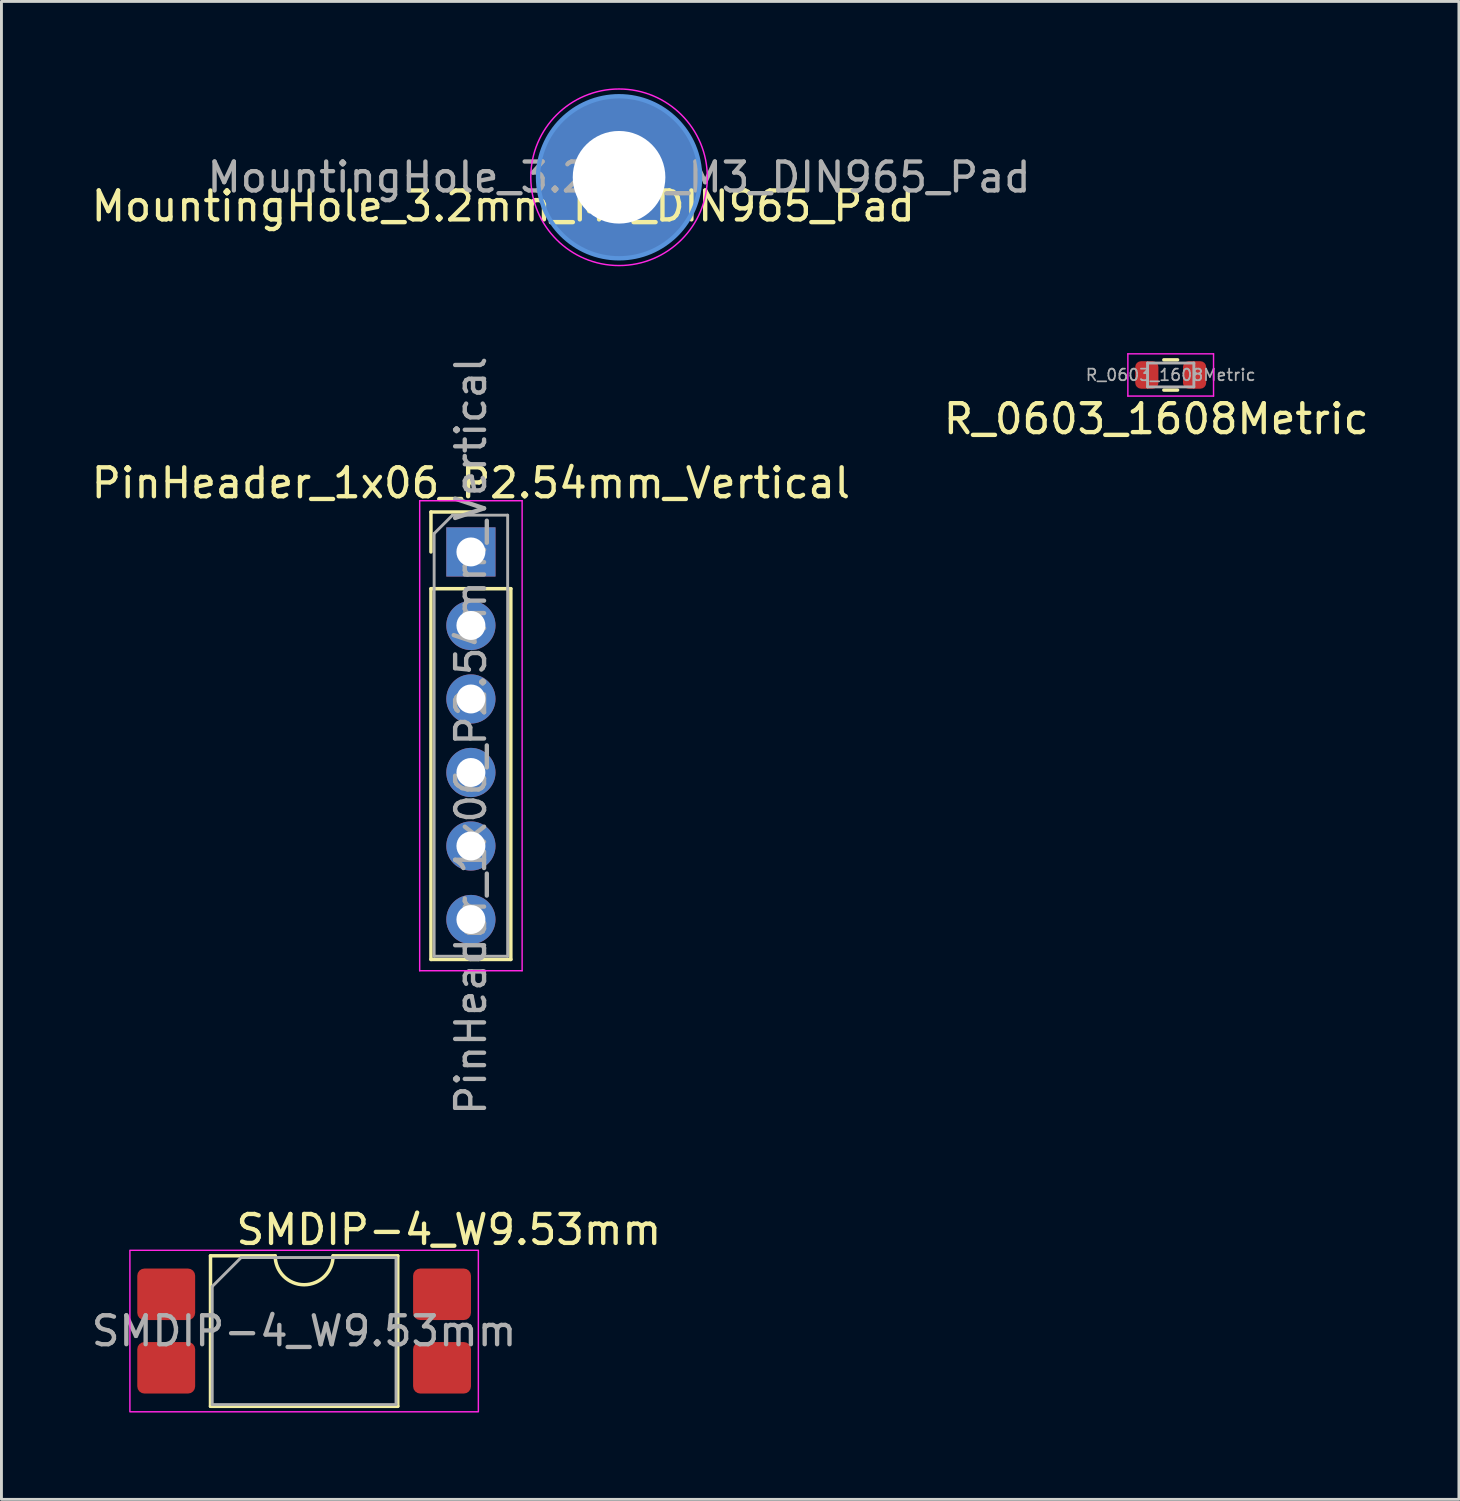
<source format=kicad_pcb>
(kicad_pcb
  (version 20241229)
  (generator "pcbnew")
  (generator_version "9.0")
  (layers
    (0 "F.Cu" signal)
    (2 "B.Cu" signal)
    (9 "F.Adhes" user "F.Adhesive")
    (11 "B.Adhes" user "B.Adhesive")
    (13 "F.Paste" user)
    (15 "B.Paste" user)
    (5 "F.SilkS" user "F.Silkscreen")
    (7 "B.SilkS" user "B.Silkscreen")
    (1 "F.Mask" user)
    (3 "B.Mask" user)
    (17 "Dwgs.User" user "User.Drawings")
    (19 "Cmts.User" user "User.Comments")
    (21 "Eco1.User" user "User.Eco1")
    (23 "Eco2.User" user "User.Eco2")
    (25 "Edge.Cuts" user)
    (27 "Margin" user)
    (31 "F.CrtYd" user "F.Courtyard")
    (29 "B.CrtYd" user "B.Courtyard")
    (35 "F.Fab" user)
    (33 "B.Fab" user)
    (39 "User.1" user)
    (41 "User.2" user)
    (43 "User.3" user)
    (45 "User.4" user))
  (footprint "SMDIP-4_W9.53mm"
    (layer "F.Cu")
    (at 7.458 42.939)
    (property "Reference" "SMDIP-4_W9.53mm" (at 5 -3.5 0) (layer "F.SilkS") (effects (font (size 1 1) (thickness 0.15))))
    (attr smd)
    (fp_line (start -3.235 -2.6) (end -3.235 2.6) (stroke (width 0.12) (type solid)) (layer "F.SilkS"))
    (fp_line (start -3.235 2.6) (end 3.235 2.6) (stroke (width 0.12) (type solid)) (layer "F.SilkS"))
    (fp_line (start -1 -2.6) (end -3.235 -2.6) (stroke (width 0.12) (type solid)) (layer "F.SilkS"))
    (fp_line (start 3.235 -2.6) (end 1 -2.6) (stroke (width 0.12) (type solid)) (layer "F.SilkS"))
    (fp_line (start 3.235 2.6) (end 3.235 -2.6) (stroke (width 0.12) (type solid)) (layer "F.SilkS"))
    (fp_arc (start 1 -2.6) (mid 0 -1.6) (end -1 -2.6) (stroke (width 0.12) (type solid)) (layer "F.SilkS"))
    (fp_rect (start -6.02 -2.79) (end 6.02 2.79) (stroke (width 0.05) (type solid)) (fill no) (layer "F.CrtYd"))
    (fp_line (start -3.175 -1.54) (end -2.175 -2.54) (stroke (width 0.1) (type solid)) (layer "F.Fab"))
    (fp_line (start -3.175 2.54) (end -3.175 -1.54) (stroke (width 0.1) (type solid)) (layer "F.Fab"))
    (fp_line (start -2.175 -2.54) (end 3.175 -2.54) (stroke (width 0.1) (type solid)) (layer "F.Fab"))
    (fp_line (start 3.175 -2.54) (end 3.175 2.54) (stroke (width 0.1) (type solid)) (layer "F.Fab"))
    (fp_line (start 3.175 2.54) (end -3.175 2.54) (stroke (width 0.1) (type solid)) (layer "F.Fab"))
    (fp_text user "${REFERENCE}" (at 0 0 0) (layer "F.Fab") (effects (font (size 1 1) (thickness 0.15))))
    (pad "1" smd roundrect (at -4.765 -1.27) (size 2 1.78) (layers "F.Cu" "F.Mask" "F.Paste") (roundrect_rratio 0.14))
    (pad "2" smd roundrect (at -4.765 1.27) (size 2 1.78) (layers "F.Cu" "F.Mask" "F.Paste") (roundrect_rratio 0.14))
    (pad "3" smd roundrect (at 4.765 1.27) (size 2 1.78) (layers "F.Cu" "F.Mask" "F.Paste") (roundrect_rratio 0.14))
    (pad "4" smd roundrect (at 4.765 -1.27) (size 2 1.78) (layers "F.Cu" "F.Mask" "F.Paste") (roundrect_rratio 0.14)))
  (footprint "MountingHole_3.2mm_M3_DIN965_Pad"
    (layer "F.Cu")
    (at 18.339 3.075)
    (property "Reference" "MountingHole_3.2mm_M3_DIN965_Pad" (at -4 1 0) (layer "F.SilkS") (effects (font (size 1 1) (thickness 0.15))))
    (attr exclude_from_pos_files exclude_from_bom)
    (fp_circle (center 0 0) (end 2.8 0) (stroke (width 0.15) (type solid)) (fill no) (layer "Cmts.User"))
    (fp_circle (center 0 0) (end 3.05 0) (stroke (width 0.05) (type solid)) (fill no) (layer "F.CrtYd"))
    (fp_text user "${REFERENCE}" (at 0 0 0) (layer "F.Fab") (effects (font (size 1 1) (thickness 0.15))))
    (pad "1" thru_hole circle (at 0 0) (size 5.6 5.6) (drill 3.2) (layers "*.Cu" "*.Mask")))
  (footprint "PinHeader_1x06_P2.54mm_Vertical"
    (layer "F.Cu")
    (at 13.22 16.02)
    (property "Reference" "PinHeader_1x06_P2.54mm_Vertical" (at 0 -2.38 0) (layer "F.SilkS") (effects (font (size 1 1) (thickness 0.15))))
    (attr through_hole)
    (fp_line (start -1.38 -1.38) (end 0 -1.38) (stroke (width 0.12) (type solid)) (layer "F.SilkS"))
    (fp_line (start -1.38 0) (end -1.38 -1.38) (stroke (width 0.12) (type solid)) (layer "F.SilkS"))
    (fp_line (start -1.38 1.27) (end -1.38 14.08) (stroke (width 0.12) (type solid)) (layer "F.SilkS"))
    (fp_line (start -1.38 1.27) (end 1.38 1.27) (stroke (width 0.12) (type solid)) (layer "F.SilkS"))
    (fp_line (start -1.38 14.08) (end 1.38 14.08) (stroke (width 0.12) (type solid)) (layer "F.SilkS"))
    (fp_line (start 1.38 1.27) (end 1.38 14.08) (stroke (width 0.12) (type solid)) (layer "F.SilkS"))
    (fp_line (start -1.77 -1.77) (end -1.77 14.47) (stroke (width 0.05) (type solid)) (layer "F.CrtYd"))
    (fp_line (start -1.77 14.47) (end 1.77 14.47) (stroke (width 0.05) (type solid)) (layer "F.CrtYd"))
    (fp_line (start 1.77 -1.77) (end -1.77 -1.77) (stroke (width 0.05) (type solid)) (layer "F.CrtYd"))
    (fp_line (start 1.77 14.47) (end 1.77 -1.77) (stroke (width 0.05) (type solid)) (layer "F.CrtYd"))
    (fp_line (start -1.27 -0.635) (end -0.635 -1.27) (stroke (width 0.1) (type solid)) (layer "F.Fab"))
    (fp_line (start -1.27 13.97) (end -1.27 -0.635) (stroke (width 0.1) (type solid)) (layer "F.Fab"))
    (fp_line (start -0.635 -1.27) (end 1.27 -1.27) (stroke (width 0.1) (type solid)) (layer "F.Fab"))
    (fp_line (start 1.27 -1.27) (end 1.27 13.97) (stroke (width 0.1) (type solid)) (layer "F.Fab"))
    (fp_line (start 1.27 13.97) (end -1.27 13.97) (stroke (width 0.1) (type solid)) (layer "F.Fab"))
    (fp_text user "${REFERENCE}" (at 0 6.35 90) (layer "F.Fab") (effects (font (size 1 1) (thickness 0.15))))
    (pad "1" thru_hole rect (at 0 0) (size 1.7 1.7) (drill 1) (layers "*.Cu" "*.Mask"))
    (pad "2" thru_hole circle (at 0 2.54) (size 1.7 1.7) (drill 1) (layers "*.Cu" "*.Mask"))
    (pad "3" thru_hole circle (at 0 5.08) (size 1.7 1.7) (drill 1) (layers "*.Cu" "*.Mask"))
    (pad "4" thru_hole circle (at 0 7.62) (size 1.7 1.7) (drill 1) (layers "*.Cu" "*.Mask"))
    (pad "5" thru_hole circle (at 0 10.16) (size 1.7 1.7) (drill 1) (layers "*.Cu" "*.Mask"))
    (pad "6" thru_hole circle (at 0 12.7) (size 1.7 1.7) (drill 1) (layers "*.Cu" "*.Mask")))
  (footprint "R_0603_1608Metric"
    (layer "F.Cu")
    (at 37.399 9.905)
    (property "Reference" "R_0603_1608Metric" (at -0.5 1.52 0) (layer "F.SilkS") (effects (font (size 1 1) (thickness 0.15))))
    (attr smd)
    (fp_line (start -0.237 -0.522) (end 0.237 -0.522) (stroke (width 0.12) (type solid)) (layer "F.SilkS"))
    (fp_line (start -0.237 0.522) (end 0.237 0.522) (stroke (width 0.12) (type solid)) (layer "F.SilkS"))
    (fp_line (start -1.48 -0.73) (end 1.48 -0.73) (stroke (width 0.05) (type solid)) (layer "F.CrtYd"))
    (fp_line (start -1.48 0.73) (end -1.48 -0.73) (stroke (width 0.05) (type solid)) (layer "F.CrtYd"))
    (fp_line (start 1.48 -0.73) (end 1.48 0.73) (stroke (width 0.05) (type solid)) (layer "F.CrtYd"))
    (fp_line (start 1.48 0.73) (end -1.48 0.73) (stroke (width 0.05) (type solid)) (layer "F.CrtYd"))
    (fp_line (start -0.8 -0.412) (end 0.8 -0.412) (stroke (width 0.1) (type solid)) (layer "F.Fab"))
    (fp_line (start -0.8 0.412) (end -0.8 -0.412) (stroke (width 0.1) (type solid)) (layer "F.Fab"))
    (fp_line (start 0.8 -0.412) (end 0.8 0.412) (stroke (width 0.1) (type solid)) (layer "F.Fab"))
    (fp_line (start 0.8 0.412) (end -0.8 0.412) (stroke (width 0.1) (type solid)) (layer "F.Fab"))
    (fp_text user "${REFERENCE}" (at 0 0 0) (layer "F.Fab") (effects (font (size 0.4 0.4) (thickness 0.06))))
    (pad "1" smd roundrect (at -0.825 0) (size 0.8 0.95) (layers "F.Cu" "F.Mask" "F.Paste") (roundrect_rratio 0.25))
    (pad "2" smd roundrect (at 0.825 0) (size 0.8 0.95) (layers "F.Cu" "F.Mask" "F.Paste") (roundrect_rratio 0.25)))
  (gr_rect
    (start -3 -3)
    (end 47.357 48.754)
    (stroke (width 0.1) (type default))
    (fill no)
    (layer "Edge.Cuts")))
</source>
